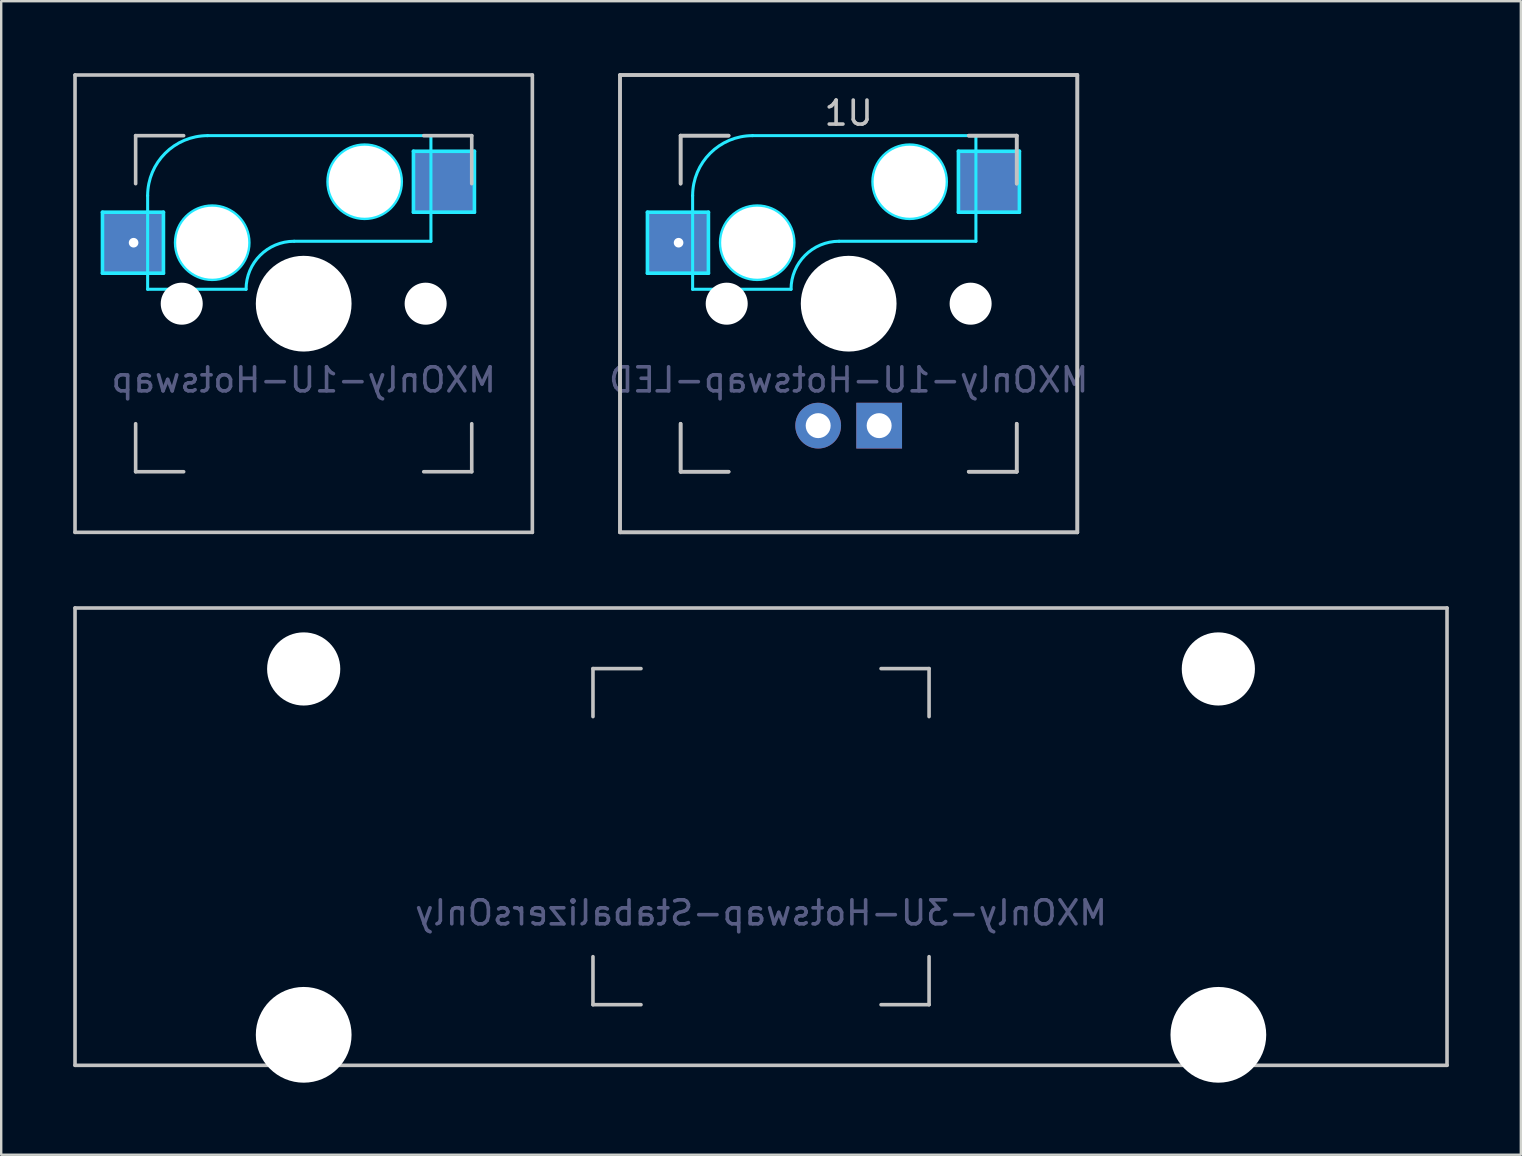
<source format=kicad_pcb>
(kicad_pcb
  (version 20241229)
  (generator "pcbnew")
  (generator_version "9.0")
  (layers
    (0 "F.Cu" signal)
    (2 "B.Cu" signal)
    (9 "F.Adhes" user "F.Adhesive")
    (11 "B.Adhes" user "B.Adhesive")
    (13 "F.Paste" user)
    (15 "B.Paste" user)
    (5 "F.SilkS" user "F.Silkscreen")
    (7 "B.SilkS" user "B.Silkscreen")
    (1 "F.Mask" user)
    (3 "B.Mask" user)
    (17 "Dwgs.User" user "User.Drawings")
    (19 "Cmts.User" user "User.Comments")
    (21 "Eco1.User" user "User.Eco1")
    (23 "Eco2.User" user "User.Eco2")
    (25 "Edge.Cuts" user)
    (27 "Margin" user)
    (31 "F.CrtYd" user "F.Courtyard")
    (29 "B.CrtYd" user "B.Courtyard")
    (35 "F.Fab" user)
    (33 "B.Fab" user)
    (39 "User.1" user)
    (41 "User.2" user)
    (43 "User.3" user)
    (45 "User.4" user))
  (footprint "MXOnly-3U-Hotswap-StabalizersOnly"
    (layer "F.Cu")
    (at 28.65 31.8)
    (property "Reference" "MXOnly-3U-Hotswap-StabalizersOnly" (at 0 3.175 0) (layer "B.Fab") (effects (font (size 1 1) (thickness 0.15)) (justify mirror)))
    (attr through_hole)
    (fp_line (start -28.575 -9.525) (end 28.575 -9.525) (stroke (width 0.15) (type solid)) (layer "Dwgs.User"))
    (fp_line (start -28.575 9.525) (end -28.575 -9.525) (stroke (width 0.15) (type solid)) (layer "Dwgs.User"))
    (fp_line (start -28.575 9.525) (end 28.575 9.525) (stroke (width 0.15) (type solid)) (layer "Dwgs.User"))
    (fp_line (start -7 -7) (end -7 -5) (stroke (width 0.15) (type solid)) (layer "Dwgs.User"))
    (fp_line (start -7 5) (end -7 7) (stroke (width 0.15) (type solid)) (layer "Dwgs.User"))
    (fp_line (start -7 7) (end -5 7) (stroke (width 0.15) (type solid)) (layer "Dwgs.User"))
    (fp_line (start -5 -7) (end -7 -7) (stroke (width 0.15) (type solid)) (layer "Dwgs.User"))
    (fp_line (start 5 -7) (end 7 -7) (stroke (width 0.15) (type solid)) (layer "Dwgs.User"))
    (fp_line (start 5 7) (end 7 7) (stroke (width 0.15) (type solid)) (layer "Dwgs.User"))
    (fp_line (start 7 -7) (end 7 -5) (stroke (width 0.15) (type solid)) (layer "Dwgs.User"))
    (fp_line (start 7 7) (end 7 5) (stroke (width 0.15) (type solid)) (layer "Dwgs.User"))
    (fp_line (start 28.575 -9.525) (end 28.575 9.525) (stroke (width 0.15) (type solid)) (layer "Dwgs.User"))
    (pad "" np_thru_hole circle (at -19.05 -6.985) (size 3.048 3.048) (drill 3.048) (layers "*.Cu" "*.Mask"))
    (pad "" np_thru_hole circle (at -19.05 8.255) (size 3.988 3.988) (drill 3.988) (layers "*.Cu" "*.Mask"))
    (pad "" np_thru_hole circle (at 19.05 -6.985) (size 3.048 3.048) (drill 3.048) (layers "*.Cu" "*.Mask"))
    (pad "" np_thru_hole circle (at 19.05 8.255) (size 3.988 3.988) (drill 3.988) (layers "*.Cu" "*.Mask")))
  (footprint "MXOnly-1U-Hotswap"
    (layer "F.Cu")
    (at 9.6 9.6)
    (property "Reference" "MXOnly-1U-Hotswap" (at 0 3.175 0) (layer "B.Fab") (effects (font (size 1 1) (thickness 0.15)) (justify mirror)))
    (attr smd)
    (fp_line (start -9.525 -9.525) (end 9.525 -9.525) (stroke (width 0.15) (type solid)) (layer "Dwgs.User"))
    (fp_line (start -9.525 9.525) (end -9.525 -9.525) (stroke (width 0.15) (type solid)) (layer "Dwgs.User"))
    (fp_line (start -7 -7) (end -7 -5) (stroke (width 0.15) (type solid)) (layer "Dwgs.User"))
    (fp_line (start -7 5) (end -7 7) (stroke (width 0.15) (type solid)) (layer "Dwgs.User"))
    (fp_line (start -7 7) (end -5 7) (stroke (width 0.15) (type solid)) (layer "Dwgs.User"))
    (fp_line (start -5 -7) (end -7 -7) (stroke (width 0.15) (type solid)) (layer "Dwgs.User"))
    (fp_line (start 5 -7) (end 7 -7) (stroke (width 0.15) (type solid)) (layer "Dwgs.User"))
    (fp_line (start 5 7) (end 7 7) (stroke (width 0.15) (type solid)) (layer "Dwgs.User"))
    (fp_line (start 7 -7) (end 7 -5) (stroke (width 0.15) (type solid)) (layer "Dwgs.User"))
    (fp_line (start 7 7) (end 7 5) (stroke (width 0.15) (type solid)) (layer "Dwgs.User"))
    (fp_line (start 9.525 -9.525) (end 9.525 9.525) (stroke (width 0.15) (type solid)) (layer "Dwgs.User"))
    (fp_line (start 9.525 9.525) (end -9.525 9.525) (stroke (width 0.15) (type solid)) (layer "Dwgs.User"))
    (fp_line (start -8.382 -3.81) (end -8.382 -1.27) (stroke (width 0.15) (type solid)) (layer "B.CrtYd"))
    (fp_line (start -8.382 -1.27) (end -5.842 -1.27) (stroke (width 0.15) (type solid)) (layer "B.CrtYd"))
    (fp_line (start -6.5 -4.5) (end -6.5 -0.6) (stroke (width 0.127) (type solid)) (layer "B.CrtYd"))
    (fp_line (start -6.5 -0.6) (end -2.4 -0.6) (stroke (width 0.127) (type solid)) (layer "B.CrtYd"))
    (fp_line (start -5.842 -3.81) (end -8.382 -3.81) (stroke (width 0.15) (type solid)) (layer "B.CrtYd"))
    (fp_line (start -5.842 -1.27) (end -5.842 -3.81) (stroke (width 0.15) (type solid)) (layer "B.CrtYd"))
    (fp_line (start -0.4 -2.6) (end 5.3 -2.6) (stroke (width 0.127) (type solid)) (layer "B.CrtYd"))
    (fp_line (start 4.572 -6.35) (end 7.112 -6.35) (stroke (width 0.15) (type solid)) (layer "B.CrtYd"))
    (fp_line (start 4.572 -3.81) (end 4.572 -6.35) (stroke (width 0.15) (type solid)) (layer "B.CrtYd"))
    (fp_line (start 5.3 -7) (end -4 -7) (stroke (width 0.127) (type solid)) (layer "B.CrtYd"))
    (fp_line (start 5.3 -7) (end 5.3 -2.6) (stroke (width 0.127) (type solid)) (layer "B.CrtYd"))
    (fp_line (start 7.112 -6.35) (end 7.112 -3.81) (stroke (width 0.15) (type solid)) (layer "B.CrtYd"))
    (fp_line (start 7.112 -3.81) (end 4.572 -3.81) (stroke (width 0.15) (type solid)) (layer "B.CrtYd"))
    (fp_arc (start -6.5 -4.5) (mid -5.767767 -6.267767) (end -4 -7) (stroke (width 0.127) (type solid)) (layer "B.CrtYd"))
    (fp_arc (start -2.4 -0.6) (mid -1.814214 -2.014214) (end -0.4 -2.6) (stroke (width 0.127) (type solid)) (layer "B.CrtYd"))
    (fp_circle (center -3.81 -2.54) (end -3.81 -4.064) (stroke (width 0.15) (type solid)) (fill no) (layer "B.CrtYd"))
    (fp_circle (center 2.54 -5.08) (end 2.54 -6.604) (stroke (width 0.15) (type solid)) (fill no) (layer "B.CrtYd"))
    (pad "" np_thru_hole circle (at -5.08 0 48.1) (size 1.75 1.75) (drill 1.75) (layers "*.Cu" "*.Mask"))
    (pad "" np_thru_hole circle (at -3.81 -2.54) (size 3 3) (drill 3) (layers "*.Cu" "*.Mask"))
    (pad "" np_thru_hole circle (at 0 0) (size 3.988 3.988) (drill 3.988) (layers "*.Cu" "*.Mask"))
    (pad "" np_thru_hole circle (at 2.54 -5.08) (size 3 3) (drill 3) (layers "*.Cu" "*.Mask"))
    (pad "" np_thru_hole circle (at 5.08 0 48.1) (size 1.75 1.75) (drill 1.75) (layers "*.Cu" "*.Mask"))
    (pad "1" thru_hole circle (at -7.085 -2.54) (size 0.8 0.8) (drill 0.4) (layers "*.Cu"))
    (pad "1" smd rect (at -7.085 -2.54) (size 2.55 2.5) (layers "B.Cu" "B.Mask" "B.Paste"))
    (pad "2" smd rect (at 5.842 -5.08) (size 2.55 2.5) (layers "B.Cu" "B.Mask" "B.Paste")))
  (footprint "MXOnly-1U-Hotswap-LED"
    (layer "F.Cu")
    (at 32.301 9.6)
    (property "Reference" "MXOnly-1U-Hotswap-LED" (at 0 3.175 0) (layer "B.Fab") (effects (font (size 1 1) (thickness 0.15)) (justify mirror)))
    (attr through_hole)
    (fp_line (start -9.525 -9.525) (end 9.525 -9.525) (stroke (width 0.15) (type solid)) (layer "Dwgs.User"))
    (fp_line (start -9.525 -9.525) (end 9.525 -9.525) (stroke (width 0.15) (type solid)) (layer "Dwgs.User"))
    (fp_line (start -9.525 9.525) (end -9.525 -9.525) (stroke (width 0.15) (type solid)) (layer "Dwgs.User"))
    (fp_line (start -9.525 9.525) (end -9.525 -9.525) (stroke (width 0.15) (type solid)) (layer "Dwgs.User"))
    (fp_line (start -7 -7) (end -7 -5) (stroke (width 0.15) (type solid)) (layer "Dwgs.User"))
    (fp_line (start -7 -7) (end -7 -5) (stroke (width 0.15) (type solid)) (layer "Dwgs.User"))
    (fp_line (start -7 5) (end -7 7) (stroke (width 0.15) (type solid)) (layer "Dwgs.User"))
    (fp_line (start -7 5) (end -7 7) (stroke (width 0.15) (type solid)) (layer "Dwgs.User"))
    (fp_line (start -7 7) (end -5 7) (stroke (width 0.15) (type solid)) (layer "Dwgs.User"))
    (fp_line (start -7 7) (end -5 7) (stroke (width 0.15) (type solid)) (layer "Dwgs.User"))
    (fp_line (start -5 -7) (end -7 -7) (stroke (width 0.15) (type solid)) (layer "Dwgs.User"))
    (fp_line (start -5 -7) (end -7 -7) (stroke (width 0.15) (type solid)) (layer "Dwgs.User"))
    (fp_line (start 5 -7) (end 7 -7) (stroke (width 0.15) (type solid)) (layer "Dwgs.User"))
    (fp_line (start 5 -7) (end 7 -7) (stroke (width 0.15) (type solid)) (layer "Dwgs.User"))
    (fp_line (start 5 7) (end 7 7) (stroke (width 0.15) (type solid)) (layer "Dwgs.User"))
    (fp_line (start 5 7) (end 7 7) (stroke (width 0.15) (type solid)) (layer "Dwgs.User"))
    (fp_line (start 7 -7) (end 7 -5) (stroke (width 0.15) (type solid)) (layer "Dwgs.User"))
    (fp_line (start 7 -7) (end 7 -5) (stroke (width 0.15) (type solid)) (layer "Dwgs.User"))
    (fp_line (start 7 7) (end 7 5) (stroke (width 0.15) (type solid)) (layer "Dwgs.User"))
    (fp_line (start 7 7) (end 7 5) (stroke (width 0.15) (type solid)) (layer "Dwgs.User"))
    (fp_line (start 9.525 -9.525) (end 9.525 9.525) (stroke (width 0.15) (type solid)) (layer "Dwgs.User"))
    (fp_line (start 9.525 -9.525) (end 9.525 9.525) (stroke (width 0.15) (type solid)) (layer "Dwgs.User"))
    (fp_line (start 9.525 9.525) (end -9.525 9.525) (stroke (width 0.15) (type solid)) (layer "Dwgs.User"))
    (fp_line (start 9.525 9.525) (end -9.525 9.525) (stroke (width 0.15) (type solid)) (layer "Dwgs.User"))
    (fp_line (start -8.382 -3.81) (end -8.382 -1.27) (stroke (width 0.15) (type solid)) (layer "B.CrtYd"))
    (fp_line (start -8.382 -1.27) (end -5.842 -1.27) (stroke (width 0.15) (type solid)) (layer "B.CrtYd"))
    (fp_line (start -6.5 -4.5) (end -6.5 -0.6) (stroke (width 0.127) (type solid)) (layer "B.CrtYd"))
    (fp_line (start -6.5 -0.6) (end -2.4 -0.6) (stroke (width 0.127) (type solid)) (layer "B.CrtYd"))
    (fp_line (start -5.842 -3.81) (end -8.382 -3.81) (stroke (width 0.15) (type solid)) (layer "B.CrtYd"))
    (fp_line (start -5.842 -1.27) (end -5.842 -3.81) (stroke (width 0.15) (type solid)) (layer "B.CrtYd"))
    (fp_line (start -0.4 -2.6) (end 5.3 -2.6) (stroke (width 0.127) (type solid)) (layer "B.CrtYd"))
    (fp_line (start 4.572 -6.35) (end 7.112 -6.35) (stroke (width 0.15) (type solid)) (layer "B.CrtYd"))
    (fp_line (start 4.572 -3.81) (end 4.572 -6.35) (stroke (width 0.15) (type solid)) (layer "B.CrtYd"))
    (fp_line (start 5.3 -7) (end -4 -7) (stroke (width 0.127) (type solid)) (layer "B.CrtYd"))
    (fp_line (start 5.3 -7) (end 5.3 -2.6) (stroke (width 0.127) (type solid)) (layer "B.CrtYd"))
    (fp_line (start 7.112 -6.35) (end 7.112 -3.81) (stroke (width 0.15) (type solid)) (layer "B.CrtYd"))
    (fp_line (start 7.112 -3.81) (end 4.572 -3.81) (stroke (width 0.15) (type solid)) (layer "B.CrtYd"))
    (fp_arc (start -6.5 -4.5) (mid -5.767767 -6.267767) (end -4 -7) (stroke (width 0.127) (type solid)) (layer "B.CrtYd"))
    (fp_arc (start -2.4 -0.6) (mid -1.814214 -2.014214) (end -0.4 -2.6) (stroke (width 0.127) (type solid)) (layer "B.CrtYd"))
    (fp_circle (center -3.81 -2.54) (end -3.81 -4.064) (stroke (width 0.15) (type solid)) (fill no) (layer "B.CrtYd"))
    (fp_circle (center 2.54 -5.08) (end 2.54 -6.604) (stroke (width 0.15) (type solid)) (fill no) (layer "B.CrtYd"))
    (fp_text user "1U" (at 0 -7.938 0) (layer "Dwgs.User") (effects (font (size 1 1) (thickness 0.15))))
    (pad "" np_thru_hole circle (at -5.08 0 48.1) (size 1.75 1.75) (drill 1.75) (layers "*.Cu" "*.Mask"))
    (pad "" np_thru_hole circle (at -3.81 -2.54) (size 3 3) (drill 3) (layers "*.Cu" "*.Mask"))
    (pad "" np_thru_hole circle (at 0 0) (size 3.988 3.988) (drill 3.988) (layers "*.Cu" "*.Mask"))
    (pad "" np_thru_hole circle (at 2.54 -5.08) (size 3 3) (drill 3) (layers "*.Cu" "*.Mask"))
    (pad "" np_thru_hole circle (at 5.08 0 48.1) (size 1.75 1.75) (drill 1.75) (layers "*.Cu" "*.Mask"))
    (pad "1" thru_hole circle (at -7.085 -2.54) (size 0.8 0.8) (drill 0.4) (layers "*.Cu"))
    (pad "1" smd rect (at -7.085 -2.54) (size 2.55 2.5) (layers "B.Cu" "B.Mask" "B.Paste"))
    (pad "2" smd rect (at 5.842 -5.08) (size 2.55 2.5) (layers "B.Cu" "B.Mask" "B.Paste"))
    (pad "3" thru_hole circle (at -1.27 5.08) (size 1.905 1.905) (drill 1.04) (layers "*.Cu" "B.Mask"))
    (pad "4" thru_hole rect (at 1.27 5.08) (size 1.905 1.905) (drill 1.04) (layers "*.Cu" "B.Mask")))
  (gr_rect
    (start -3 -3)
    (end 60.3 45.049)
    (stroke (width 0.1) (type default))
    (fill no)
    (layer "Edge.Cuts")))
</source>
